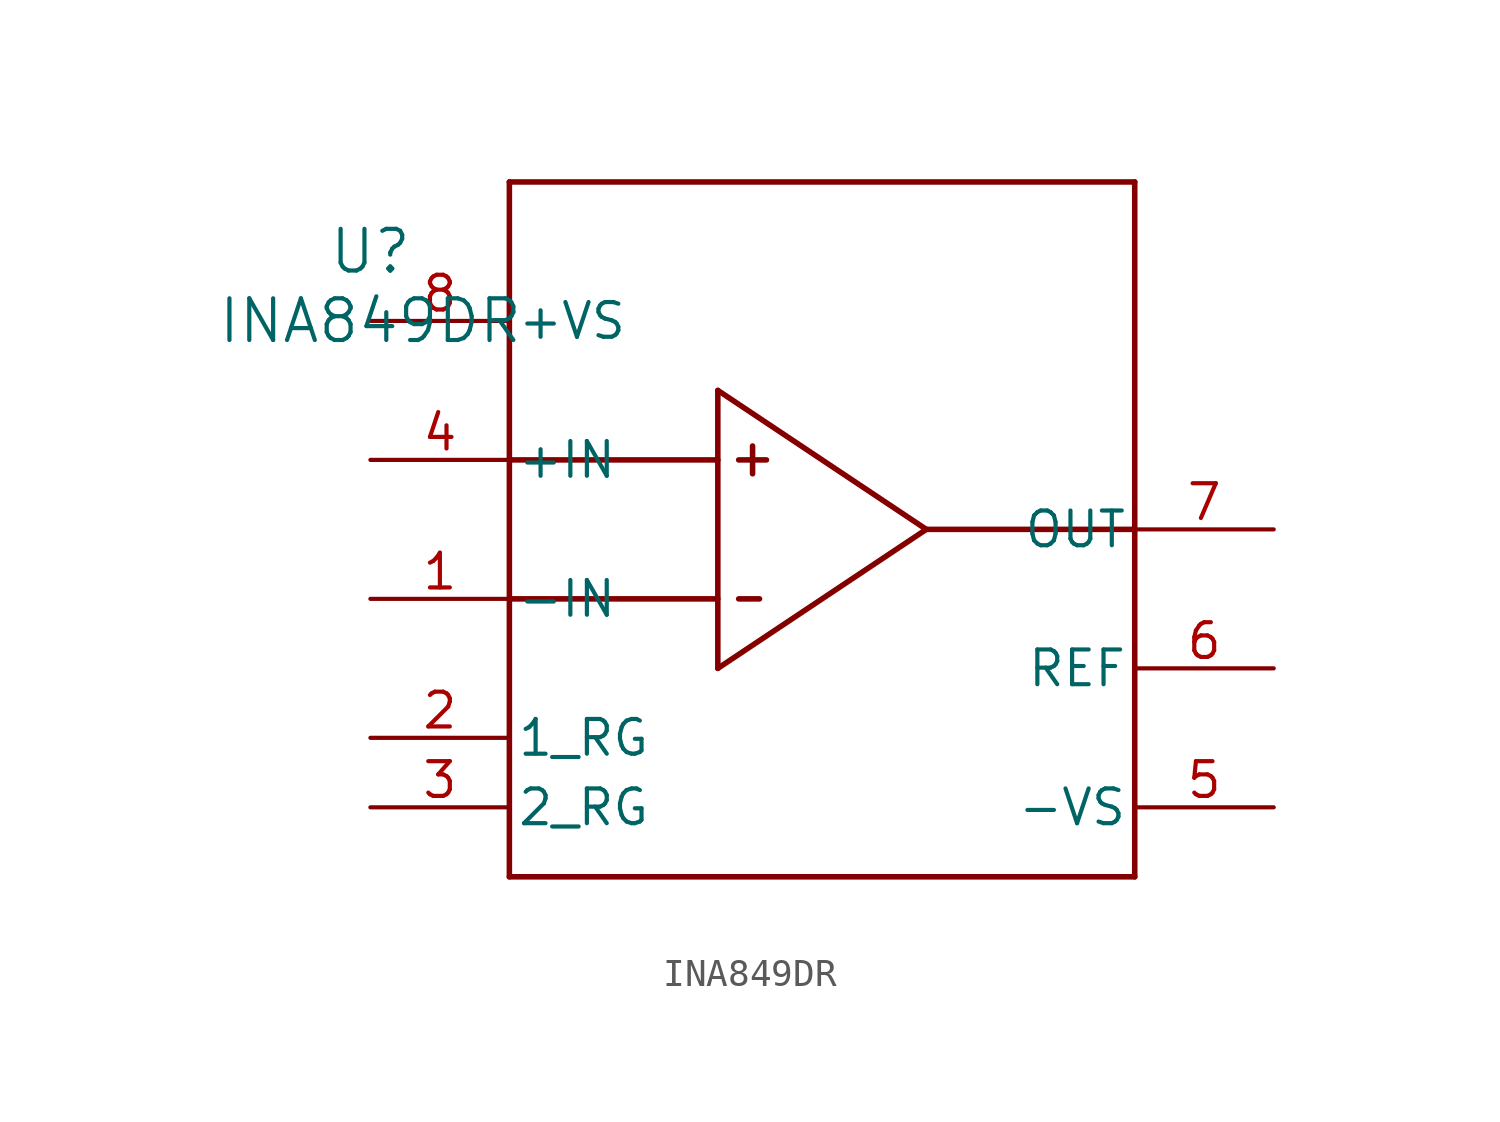
<source format=kicad_sym>
(kicad_symbol_lib
  (version 20211014)
  (generator kicad_symbol_editor)
  (symbol "INA849DR"
    (pin_names
      (offset 0.254))
    (property "Reference" "U"
      (at 0 2.54 0)
      (effects (font (size 1.524 1.524))))
    (property "Value" "INA849DR"
      (at 0 0 0)
      (effects (font (size 1.524 1.524))))
    (symbol "INA849DR_0_1"
      (polyline (pts (xy 5.08 -20.32) (xy 27.94 -20.32)) (stroke (width 0.203) (type default) (color 0 0 0 0)) (fill (type none)))
      (polyline (pts (xy 27.94 -20.32) (xy 27.94 5.08)) (stroke (width 0.203) (type default) (color 0 0 0 0)) (fill (type none)))
      (polyline (pts (xy 27.94 5.08) (xy 5.08 5.08)) (stroke (width 0.203) (type default) (color 0 0 0 0)) (fill (type none)))
      (polyline (pts (xy 5.08 5.08) (xy 5.08 -20.32)) (stroke (width 0.203) (type default) (color 0 0 0 0)) (fill (type none)))
      (polyline (pts (xy 12.7 -2.54) (xy 20.32 -7.62)) (stroke (width 0.203) (type default) (color 0 0 0 0)) (fill (type none)))
      (polyline (pts (xy 12.7 -12.7) (xy 20.32 -7.62)) (stroke (width 0.203) (type default) (color 0 0 0 0)) (fill (type none)))
      (polyline (pts (xy 12.7 -12.7) (xy 12.7 -2.54)) (stroke (width 0.203) (type default) (color 0 0 0 0)) (fill (type none)))
      (polyline (pts (xy 13.462 -10.16) (xy 14.224 -10.16)) (stroke (width 0.203) (type default) (color 0 0 0 0)) (fill (type none)))
      (polyline (pts (xy 13.462 -5.08) (xy 14.478 -5.08)) (stroke (width 0.203) (type default) (color 0 0 0 0)) (fill (type none)))
      (polyline (pts (xy 13.97 -4.572) (xy 13.97 -5.588)) (stroke (width 0.203) (type default) (color 0 0 0 0)) (fill (type none)))
      (polyline (pts (xy 12.7 -5.08) (xy 5.08 -5.08)) (stroke (width 0.203) (type default) (color 0 0 0 0)) (fill (type none)))
      (polyline (pts (xy 12.7 -10.16) (xy 5.08 -10.16)) (stroke (width 0.203) (type default) (color 0 0 0 0)) (fill (type none)))
      (polyline (pts (xy 20.32 -7.62) (xy 27.94 -7.62)) (stroke (width 0.203) (type default) (color 0 0 0 0)) (fill (type none)))
      (pin tri_state line (at 0 -10.16 0) (length 5.08) (name "-IN" (effects (font (size 1.27 1.27)))) (number "1" (effects (font (size 1.27 1.27)))))
      (pin unspecified line (at 0 -15.24 0) (length 5.08) (name "1_RG" (effects (font (size 1.27 1.27)))) (number "2" (effects (font (size 1.27 1.27)))))
      (pin unspecified line (at 0 -17.78 0) (length 5.08) (name "2_RG" (effects (font (size 1.27 1.27)))) (number "3" (effects (font (size 1.27 1.27)))))
      (pin tri_state line (at 0 -5.08 0) (length 5.08) (name "+IN" (effects (font (size 1.27 1.27)))) (number "4" (effects (font (size 1.27 1.27)))))
      (pin power_in line (at 33.02 -17.78 180) (length 5.08) (name "-VS" (effects (font (size 1.27 1.27)))) (number "5" (effects (font (size 1.27 1.27)))))
      (pin unspecified line (at 33.02 -12.7 180) (length 5.08) (name "REF" (effects (font (size 1.27 1.27)))) (number "6" (effects (font (size 1.27 1.27)))))
      (pin unspecified line (at 33.02 -7.62 180) (length 5.08) (name "OUT" (effects (font (size 1.27 1.27)))) (number "7" (effects (font (size 1.27 1.27)))))
      (pin power_in line (at 0 0 0) (length 5.08) (name "+VS" (effects (font (size 1.27 1.27)))) (number "8" (effects (font (size 1.27 1.27))))))))
</source>
